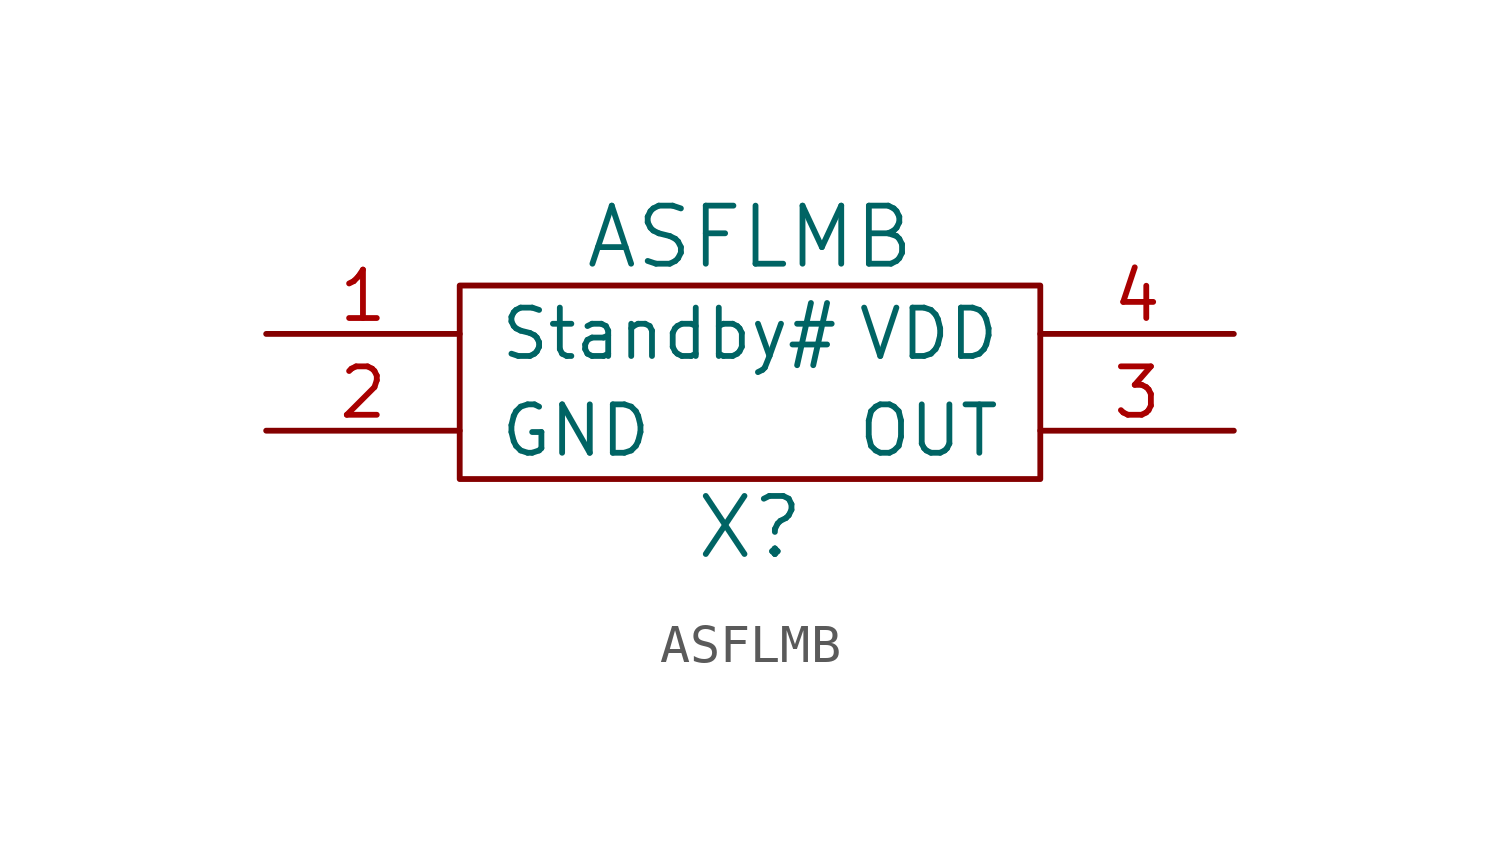
<source format=kicad_sym>
(kicad_symbol_lib
  (version 20220914)
  (generator kicad_symbol_editor)
  (symbol "ASFLMB"
    (pin_names
      (offset 1.016))
    (property "Reference" "X"
      (at 0 -3.81 0)
      (effects (font (size 1.524 1.524))))
    (property "Value" "ASFLMB"
      (at 0 3.81 0)
      (effects (font (size 1.524 1.524))))
    (property "Footprint" ""
      (at 0 0 0)
      (effects (font (size 1.524 1.524))))
    (property "Datasheet" ""
      (at 0 0 0)
      (effects (font (size 1.524 1.524))))
    (symbol "ASFLMB_0_1"
      (rectangle (start -7.62 2.54) (end 7.62 -2.54) (stroke (width 0) (type solid)) (fill (type none))))
    (symbol "ASFLMB_1_1"
      (pin input line (at -12.7 1.27 0) (length 5.08) (name "Standby#" (effects (font (size 1.27 1.27)))) (number "1" (effects (font (size 1.27 1.27)))))
      (pin power_in line (at -12.7 -1.27 0) (length 5.08) (name "GND" (effects (font (size 1.27 1.27)))) (number "2" (effects (font (size 1.27 1.27)))))
      (pin output line (at 12.7 -1.27 180) (length 5.08) (name "OUT" (effects (font (size 1.27 1.27)))) (number "3" (effects (font (size 1.27 1.27)))))
      (pin power_in line (at 12.7 1.27 180) (length 5.08) (name "VDD" (effects (font (size 1.27 1.27)))) (number "4" (effects (font (size 1.27 1.27))))))))
</source>
